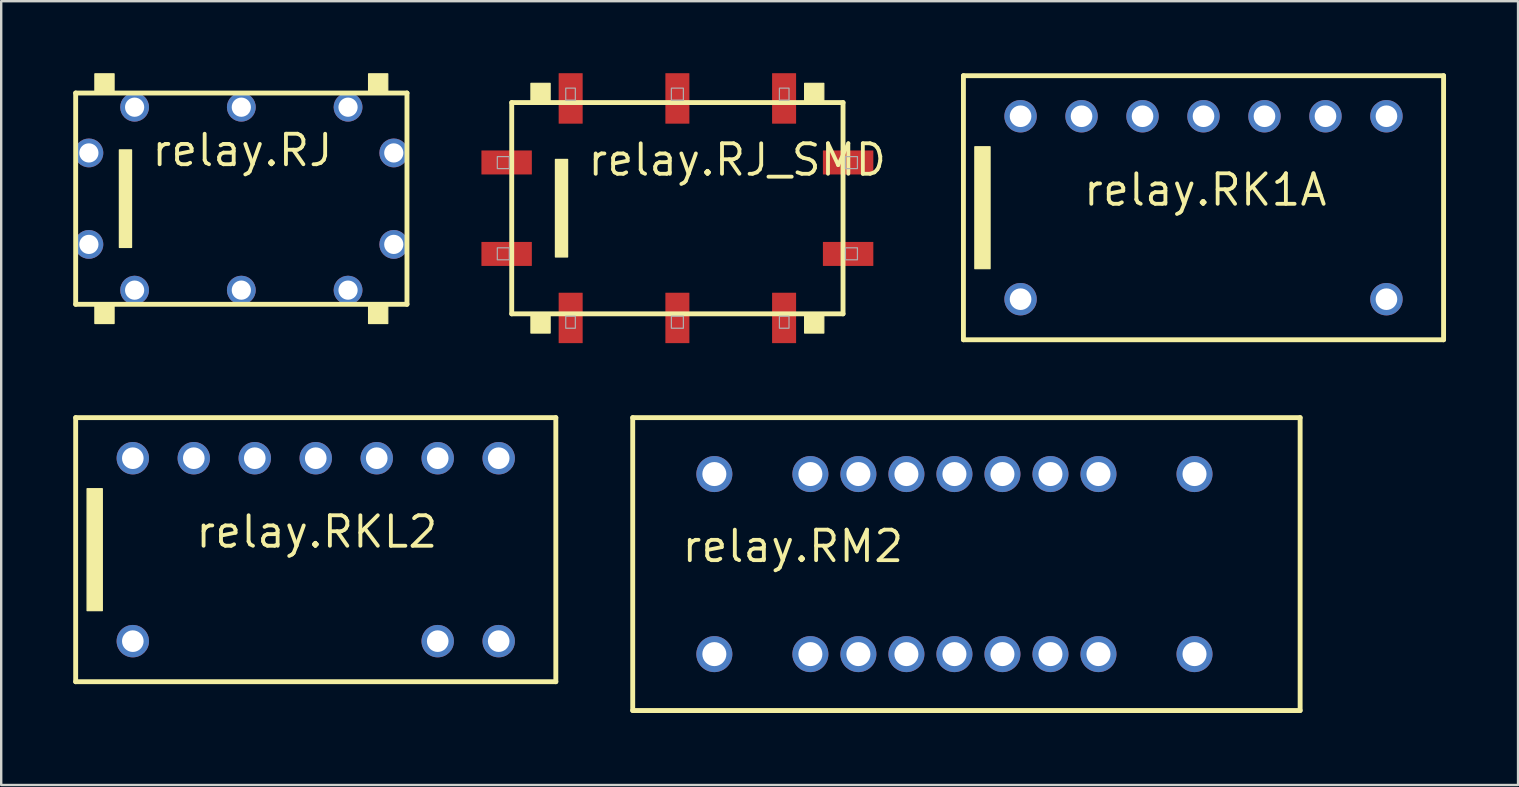
<source format=kicad_pcb>
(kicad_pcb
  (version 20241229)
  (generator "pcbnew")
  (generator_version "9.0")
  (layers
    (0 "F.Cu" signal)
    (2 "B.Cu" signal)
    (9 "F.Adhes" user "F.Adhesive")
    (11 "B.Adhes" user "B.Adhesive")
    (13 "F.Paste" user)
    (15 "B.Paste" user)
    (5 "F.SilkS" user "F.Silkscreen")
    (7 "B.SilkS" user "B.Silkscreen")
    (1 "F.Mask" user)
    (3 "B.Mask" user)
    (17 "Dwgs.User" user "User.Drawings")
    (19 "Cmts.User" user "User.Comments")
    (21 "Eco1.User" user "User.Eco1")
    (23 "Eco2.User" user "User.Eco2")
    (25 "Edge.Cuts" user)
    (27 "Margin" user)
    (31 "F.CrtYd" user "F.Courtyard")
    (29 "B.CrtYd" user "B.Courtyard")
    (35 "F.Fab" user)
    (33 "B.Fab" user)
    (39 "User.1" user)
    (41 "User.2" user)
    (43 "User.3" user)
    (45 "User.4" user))
  (footprint "relay.RJ_SMD"
    (layer "F.Cu")
    (at 25.165 5.622)
    (property "Reference" "relay.RJ_SMD" (at -3.81 -1.27 0) (layer "F.SilkS") (effects (font (size 1.27 1.27) (thickness 0.16)) (justify left bottom)))
    (attr smd)
    (fp_line (start -6.9 -4.4) (end 6.9 -4.4) (stroke (width 0.203) (type default)) (layer "F.SilkS"))
    (fp_line (start -6.9 4.4) (end -6.9 -4.4) (stroke (width 0.203) (type default)) (layer "F.SilkS"))
    (fp_line (start 6.9 -4.4) (end 6.9 4.4) (stroke (width 0.203) (type default)) (layer "F.SilkS"))
    (fp_line (start 6.9 4.4) (end -6.9 4.4) (stroke (width 0.203) (type default)) (layer "F.SilkS"))
    (fp_rect (start -6.1 -4.45) (end -5.3 -5.2) (stroke (width 0.05) (type default)) (fill yes) (layer "F.SilkS"))
    (fp_rect (start -6.1 5.2) (end -5.3 4.45) (stroke (width 0.05) (type default)) (fill yes) (layer "F.SilkS"))
    (fp_rect (start -5.08 2.032) (end -4.572 -2.032) (stroke (width 0.05) (type default)) (fill yes) (layer "F.SilkS"))
    (fp_rect (start 5.3 -4.45) (end 6.1 -5.2) (stroke (width 0.05) (type default)) (fill yes) (layer "F.SilkS"))
    (fp_rect (start 5.3 5.2) (end 6.1 4.45) (stroke (width 0.05) (type default)) (fill yes) (layer "F.SilkS"))
    (fp_rect (start -7.5 -1.65) (end -7 -2.15) (stroke (width 0.05) (type default)) (fill no) (layer "F.Fab"))
    (fp_rect (start -7.5 2.15) (end -7 1.65) (stroke (width 0.05) (type default)) (fill no) (layer "F.Fab"))
    (fp_rect (start -4.65 -4.5) (end -4.25 -5) (stroke (width 0.05) (type default)) (fill no) (layer "F.Fab"))
    (fp_rect (start -4.65 5) (end -4.25 4.5) (stroke (width 0.05) (type default)) (fill no) (layer "F.Fab"))
    (fp_rect (start -0.25 -4.5) (end 0.25 -5) (stroke (width 0.05) (type default)) (fill no) (layer "F.Fab"))
    (fp_rect (start -0.25 5) (end 0.25 4.5) (stroke (width 0.05) (type default)) (fill no) (layer "F.Fab"))
    (fp_rect (start 4.25 -4.5) (end 4.65 -5) (stroke (width 0.05) (type default)) (fill no) (layer "F.Fab"))
    (fp_rect (start 4.25 5) (end 4.65 4.5) (stroke (width 0.05) (type default)) (fill no) (layer "F.Fab"))
    (fp_rect (start 7 -1.65) (end 7.5 -2.15) (stroke (width 0.05) (type default)) (fill no) (layer "F.Fab"))
    (fp_rect (start 7 2.15) (end 7.5 1.65) (stroke (width 0.05) (type default)) (fill no) (layer "F.Fab"))
    (pad "1" smd roundrect (at -4.445 4.572) (size 1 2.1) (layers "F.Cu" "F.Mask" "F.Paste") (roundrect_rratio 0.01))
    (pad "2" smd roundrect (at 0 4.572) (size 1 2.1) (layers "F.Cu" "F.Mask" "F.Paste") (roundrect_rratio 0.01))
    (pad "3" smd roundrect (at 4.445 4.572) (size 1 2.1) (layers "F.Cu" "F.Mask" "F.Paste") (roundrect_rratio 0.01))
    (pad "4" smd roundrect (at 7.112 1.905) (size 2.1 1) (layers "F.Cu" "F.Mask" "F.Paste") (roundrect_rratio 0.01))
    (pad "5" smd roundrect (at 7.112 -1.905) (size 2.1 1) (layers "F.Cu" "F.Mask" "F.Paste") (roundrect_rratio 0.01))
    (pad "6" smd roundrect (at 4.445 -4.572) (size 1 2.1) (layers "F.Cu" "F.Mask" "F.Paste") (roundrect_rratio 0.01))
    (pad "7" smd roundrect (at 0 -4.572) (size 1 2.1) (layers "F.Cu" "F.Mask" "F.Paste") (roundrect_rratio 0.01))
    (pad "8" smd roundrect (at -4.445 -4.572) (size 1 2.1) (layers "F.Cu" "F.Mask" "F.Paste") (roundrect_rratio 0.01))
    (pad "9" smd roundrect (at -7.112 -1.905) (size 2.1 1) (layers "F.Cu" "F.Mask" "F.Paste") (roundrect_rratio 0.01))
    (pad "10" smd roundrect (at -7.112 1.905) (size 2.1 1) (layers "F.Cu" "F.Mask" "F.Paste") (roundrect_rratio 0.01)))
  (footprint "relay.RJ"
    (layer "F.Cu")
    (at 7.002 5.225)
    (property "Reference" "relay.RJ" (at -3.81 -1.27 0) (layer "F.SilkS") (effects (font (size 1.27 1.27) (thickness 0.16)) (justify left bottom)))
    (attr through_hole)
    (fp_line (start -6.9 -4.4) (end 6.9 -4.4) (stroke (width 0.203) (type default)) (layer "F.SilkS"))
    (fp_line (start -6.9 4.4) (end -6.9 -4.4) (stroke (width 0.203) (type default)) (layer "F.SilkS"))
    (fp_line (start 6.9 -4.4) (end 6.9 4.4) (stroke (width 0.203) (type default)) (layer "F.SilkS"))
    (fp_line (start 6.9 4.4) (end -6.9 4.4) (stroke (width 0.203) (type default)) (layer "F.SilkS"))
    (fp_rect (start -6.1 -4.45) (end -5.3 -5.2) (stroke (width 0.05) (type default)) (fill yes) (layer "F.SilkS"))
    (fp_rect (start -6.1 5.2) (end -5.3 4.45) (stroke (width 0.05) (type default)) (fill yes) (layer "F.SilkS"))
    (fp_rect (start -5.08 2.032) (end -4.572 -2.032) (stroke (width 0.05) (type default)) (fill yes) (layer "F.SilkS"))
    (fp_rect (start 5.3 -4.45) (end 6.1 -5.2) (stroke (width 0.05) (type default)) (fill yes) (layer "F.SilkS"))
    (fp_rect (start 5.3 5.2) (end 6.1 4.45) (stroke (width 0.05) (type default)) (fill yes) (layer "F.SilkS"))
    (pad "1" thru_hole circle (at -4.445 3.81) (size 1.2 1.2) (drill 0.8) (layers "*.Cu" "*.Mask"))
    (pad "2" thru_hole circle (at 0 3.81) (size 1.2 1.2) (drill 0.8) (layers "*.Cu" "*.Mask"))
    (pad "3" thru_hole circle (at 4.445 3.81) (size 1.2 1.2) (drill 0.8) (layers "*.Cu" "*.Mask"))
    (pad "4" thru_hole circle (at 6.35 1.905) (size 1.2 1.2) (drill 0.8) (layers "*.Cu" "*.Mask"))
    (pad "5" thru_hole circle (at 6.35 -1.905) (size 1.2 1.2) (drill 0.8) (layers "*.Cu" "*.Mask"))
    (pad "6" thru_hole circle (at 4.445 -3.81) (size 1.2 1.2) (drill 0.8) (layers "*.Cu" "*.Mask"))
    (pad "7" thru_hole circle (at 0 -3.81) (size 1.2 1.2) (drill 0.8) (layers "*.Cu" "*.Mask"))
    (pad "8" thru_hole circle (at -4.445 -3.81) (size 1.2 1.2) (drill 0.8) (layers "*.Cu" "*.Mask"))
    (pad "9" thru_hole circle (at -6.35 -1.905) (size 1.2 1.2) (drill 0.8) (layers "*.Cu" "*.Mask"))
    (pad "10" thru_hole circle (at -6.35 1.905) (size 1.2 1.2) (drill 0.8) (layers "*.Cu" "*.Mask")))
  (footprint "relay.RM2"
    (layer "F.Cu")
    (at 36.705 20.446)
    (property "Reference" "relay.RM2" (at -11.43 0 0) (layer "F.SilkS") (effects (font (size 1.27 1.27) (thickness 0.16)) (justify left bottom)))
    (attr through_hole)
    (fp_line (start -13.4 -6.1) (end 14.4 -6.1) (stroke (width 0.203) (type default)) (layer "F.SilkS"))
    (fp_line (start -13.4 6.1) (end -13.4 -6.1) (stroke (width 0.203) (type default)) (layer "F.SilkS"))
    (fp_line (start 14.4 -6.1) (end 14.4 6.1) (stroke (width 0.203) (type default)) (layer "F.SilkS"))
    (fp_line (start 14.4 6.1) (end -13.4 6.1) (stroke (width 0.203) (type default)) (layer "F.SilkS"))
    (pad "1" thru_hole circle (at -10 3.75 180) (size 1.5 1.5) (drill 1) (layers "*.Cu" "*.Mask"))
    (pad "2" thru_hole circle (at -6 3.75 180) (size 1.5 1.5) (drill 1) (layers "*.Cu" "*.Mask"))
    (pad "3" thru_hole circle (at -4 3.75 180) (size 1.5 1.5) (drill 1) (layers "*.Cu" "*.Mask"))
    (pad "4" thru_hole circle (at -2 3.75 180) (size 1.5 1.5) (drill 1) (layers "*.Cu" "*.Mask"))
    (pad "5" thru_hole circle (at 0 3.75 180) (size 1.5 1.5) (drill 1) (layers "*.Cu" "*.Mask"))
    (pad "6" thru_hole circle (at 2 3.75 180) (size 1.5 1.5) (drill 1) (layers "*.Cu" "*.Mask"))
    (pad "7" thru_hole circle (at 4 3.75 180) (size 1.5 1.5) (drill 1) (layers "*.Cu" "*.Mask"))
    (pad "8" thru_hole circle (at 6 3.75 180) (size 1.5 1.5) (drill 1) (layers "*.Cu" "*.Mask"))
    (pad "9" thru_hole circle (at 10 3.75 180) (size 1.5 1.5) (drill 1) (layers "*.Cu" "*.Mask"))
    (pad "10" thru_hole circle (at 10 -3.75 180) (size 1.5 1.5) (drill 1) (layers "*.Cu" "*.Mask"))
    (pad "11" thru_hole circle (at 6 -3.75 180) (size 1.5 1.5) (drill 1) (layers "*.Cu" "*.Mask"))
    (pad "12" thru_hole circle (at 4 -3.75 180) (size 1.5 1.5) (drill 1) (layers "*.Cu" "*.Mask"))
    (pad "13" thru_hole circle (at 2 -3.75 180) (size 1.5 1.5) (drill 1) (layers "*.Cu" "*.Mask"))
    (pad "14" thru_hole circle (at 0 -3.75 180) (size 1.5 1.5) (drill 1) (layers "*.Cu" "*.Mask"))
    (pad "15" thru_hole circle (at -2 -3.75 180) (size 1.5 1.5) (drill 1) (layers "*.Cu" "*.Mask"))
    (pad "16" thru_hole circle (at -4 -3.75 180) (size 1.5 1.5) (drill 1) (layers "*.Cu" "*.Mask"))
    (pad "17" thru_hole circle (at -6 -3.75 180) (size 1.5 1.5) (drill 1) (layers "*.Cu" "*.Mask"))
    (pad "18" thru_hole circle (at -10 -3.75 180) (size 1.5 1.5) (drill 1) (layers "*.Cu" "*.Mask")))
  (footprint "relay.RK1A"
    (layer "F.Cu")
    (at 47.08 5.602)
    (property "Reference" "relay.RK1A" (at -5.08 0 0) (layer "F.SilkS") (effects (font (size 1.27 1.27) (thickness 0.16)) (justify left bottom)))
    (attr through_hole)
    (fp_line (start -10 -5.5) (end 10 -5.5) (stroke (width 0.203) (type default)) (layer "F.SilkS"))
    (fp_line (start -10 5.5) (end -10 -5.5) (stroke (width 0.203) (type default)) (layer "F.SilkS"))
    (fp_line (start 10 -5.5) (end 10 5.5) (stroke (width 0.203) (type default)) (layer "F.SilkS"))
    (fp_line (start 10 5.5) (end -10 5.5) (stroke (width 0.203) (type default)) (layer "F.SilkS"))
    (fp_rect (start -9.525 2.54) (end -8.89 -2.54) (stroke (width 0.05) (type default)) (fill yes) (layer "F.SilkS"))
    (pad "1" thru_hole circle (at -7.62 3.81) (size 1.35 1.35) (drill 0.9) (layers "*.Cu" "*.Mask"))
    (pad "7" thru_hole circle (at 7.62 3.81) (size 1.35 1.35) (drill 0.9) (layers "*.Cu" "*.Mask"))
    (pad "8" thru_hole circle (at 7.62 -3.81) (size 1.35 1.35) (drill 0.9) (layers "*.Cu" "*.Mask"))
    (pad "9" thru_hole circle (at 5.08 -3.81) (size 1.35 1.35) (drill 0.9) (layers "*.Cu" "*.Mask"))
    (pad "10" thru_hole circle (at 2.54 -3.81) (size 1.35 1.35) (drill 0.9) (layers "*.Cu" "*.Mask"))
    (pad "11" thru_hole circle (at 0 -3.81) (size 1.35 1.35) (drill 0.9) (layers "*.Cu" "*.Mask"))
    (pad "12" thru_hole circle (at -2.54 -3.81) (size 1.35 1.35) (drill 0.9) (layers "*.Cu" "*.Mask"))
    (pad "13" thru_hole circle (at -5.08 -3.81) (size 1.35 1.35) (drill 0.9) (layers "*.Cu" "*.Mask"))
    (pad "14" thru_hole circle (at -7.62 -3.81) (size 1.35 1.35) (drill 0.9) (layers "*.Cu" "*.Mask")))
  (footprint "relay.RKL2"
    (layer "F.Cu")
    (at 10.102 19.846)
    (property "Reference" "relay.RKL2" (at -5.08 0 0) (layer "F.SilkS") (effects (font (size 1.27 1.27) (thickness 0.16)) (justify left bottom)))
    (attr through_hole)
    (fp_line (start -10 -5.5) (end 10 -5.5) (stroke (width 0.203) (type default)) (layer "F.SilkS"))
    (fp_line (start -10 5.5) (end -10 -5.5) (stroke (width 0.203) (type default)) (layer "F.SilkS"))
    (fp_line (start 10 -5.5) (end 10 5.5) (stroke (width 0.203) (type default)) (layer "F.SilkS"))
    (fp_line (start 10 5.5) (end -10 5.5) (stroke (width 0.203) (type default)) (layer "F.SilkS"))
    (fp_rect (start -9.525 2.54) (end -8.89 -2.54) (stroke (width 0.05) (type default)) (fill yes) (layer "F.SilkS"))
    (pad "1" thru_hole circle (at -7.62 3.81) (size 1.35 1.35) (drill 0.9) (layers "*.Cu" "*.Mask"))
    (pad "6" thru_hole circle (at 5.08 3.81) (size 1.35 1.35) (drill 0.9) (layers "*.Cu" "*.Mask"))
    (pad "7" thru_hole circle (at 7.62 3.81) (size 1.35 1.35) (drill 0.9) (layers "*.Cu" "*.Mask"))
    (pad "8" thru_hole circle (at 7.62 -3.81) (size 1.35 1.35) (drill 0.9) (layers "*.Cu" "*.Mask"))
    (pad "9" thru_hole circle (at 5.08 -3.81) (size 1.35 1.35) (drill 0.9) (layers "*.Cu" "*.Mask"))
    (pad "10" thru_hole circle (at 2.54 -3.81) (size 1.35 1.35) (drill 0.9) (layers "*.Cu" "*.Mask"))
    (pad "11" thru_hole circle (at 0 -3.81) (size 1.35 1.35) (drill 0.9) (layers "*.Cu" "*.Mask"))
    (pad "12" thru_hole circle (at -2.54 -3.81) (size 1.35 1.35) (drill 0.9) (layers "*.Cu" "*.Mask"))
    (pad "13" thru_hole circle (at -5.08 -3.81) (size 1.35 1.35) (drill 0.9) (layers "*.Cu" "*.Mask"))
    (pad "14" thru_hole circle (at -7.62 -3.81) (size 1.35 1.35) (drill 0.9) (layers "*.Cu" "*.Mask")))
  (gr_rect
    (start -3 -3)
    (end 60.182 29.647)
    (stroke (width 0.1) (type default))
    (fill no)
    (layer "Edge.Cuts")))
</source>
